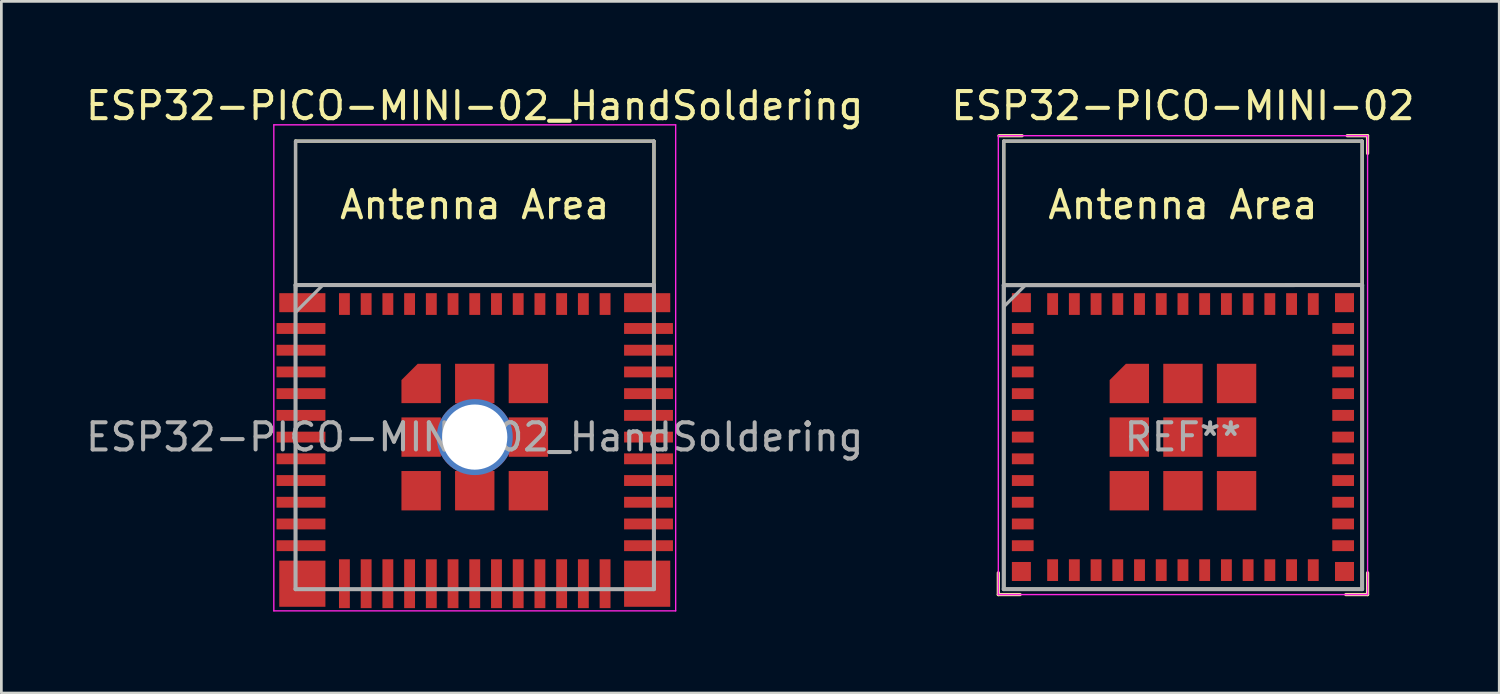
<source format=kicad_pcb>
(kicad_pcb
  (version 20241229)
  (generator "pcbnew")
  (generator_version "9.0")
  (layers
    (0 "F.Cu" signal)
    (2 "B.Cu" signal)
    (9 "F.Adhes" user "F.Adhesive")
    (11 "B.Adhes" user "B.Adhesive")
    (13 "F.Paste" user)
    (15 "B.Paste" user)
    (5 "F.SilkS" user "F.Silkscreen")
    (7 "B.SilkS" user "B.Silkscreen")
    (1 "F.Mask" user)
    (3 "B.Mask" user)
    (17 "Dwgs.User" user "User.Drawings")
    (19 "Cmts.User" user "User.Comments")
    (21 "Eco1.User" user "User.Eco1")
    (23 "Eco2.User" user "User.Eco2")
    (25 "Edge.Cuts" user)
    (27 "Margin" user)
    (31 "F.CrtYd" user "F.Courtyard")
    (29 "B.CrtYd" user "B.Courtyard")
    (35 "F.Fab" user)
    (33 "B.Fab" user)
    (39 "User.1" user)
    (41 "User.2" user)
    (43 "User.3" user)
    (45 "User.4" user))
  (footprint "ESP32-PICO-MINI-02_HandSoldering"
    (layer "F.Cu")
    (at 14.435 13.048)
    (property "Reference" "ESP32-PICO-MINI-02_HandSoldering" (at 0 -12.2 0) (layer "F.SilkS") (effects (font (size 1 1) (thickness 0.15))))
    (attr smd)
    (fp_line (start -6.6 -10.9) (end -6.6 -5.4) (stroke (width 0.12) (type solid)) (layer "F.SilkS"))
    (fp_line (start -6.6 -10.9) (end 6.6 -10.9) (stroke (width 0.12) (type solid)) (layer "F.SilkS"))
    (fp_line (start -6.6 -5.6) (end 6.6 -5.6) (stroke (width 0.12) (type solid)) (layer "F.SilkS"))
    (fp_line (start 6.6 -10.9) (end 6.6 -5.4) (stroke (width 0.12) (type solid)) (layer "F.SilkS"))
    (fp_line (start -7.4 -11.5) (end 7.4 -11.5) (stroke (width 0.05) (type solid)) (layer "F.CrtYd"))
    (fp_line (start -7.4 6.4) (end -7.4 -11.5) (stroke (width 0.05) (type solid)) (layer "F.CrtYd"))
    (fp_line (start 7.4 -11.5) (end 7.4 6.4) (stroke (width 0.05) (type solid)) (layer "F.CrtYd"))
    (fp_line (start 7.4 6.4) (end -7.4 6.4) (stroke (width 0.05) (type solid)) (layer "F.CrtYd"))
    (fp_line (start -6.6 -5.595) (end -6.6 5.6) (stroke (width 0.15) (type solid)) (layer "F.Fab"))
    (fp_line (start -6.6 -5.5) (end -6.6 -10.9) (stroke (width 0.12) (type solid)) (layer "F.Fab"))
    (fp_line (start -6.6 5.6) (end 6.6 5.6) (stroke (width 0.15) (type solid)) (layer "F.Fab"))
    (fp_line (start -5.6 -5.595) (end -6.6 -4.595) (stroke (width 0.12) (type solid)) (layer "F.Fab"))
    (fp_line (start 6.6 -10.9) (end -6.6 -10.9) (stroke (width 0.12) (type solid)) (layer "F.Fab"))
    (fp_line (start 6.6 -5.6) (end -6.6 -5.6) (stroke (width 0.15) (type solid)) (layer "F.Fab"))
    (fp_line (start 6.6 -5.5) (end 6.6 -10.9) (stroke (width 0.12) (type solid)) (layer "F.Fab"))
    (fp_line (start 6.6 5.6) (end 6.6 -5.595) (stroke (width 0.15) (type solid)) (layer "F.Fab"))
    (fp_text user "Antenna Area" (at 0 -8.55 0) (layer "F.SilkS") (effects (font (size 1 1) (thickness 0.15))))
    (fp_text user "${REFERENCE}" (at 0 0 0) (layer "F.Fab") (effects (font (size 1 1) (thickness 0.15))))
    (pad "1" smd rect (at -6.4 -4 90) (size 0.4 1.8) (layers "F.Cu" "F.Mask" "F.Paste"))
    (pad "2" smd rect (at -6.4 -3.2 90) (size 0.4 1.8) (layers "F.Cu" "F.Mask" "F.Paste"))
    (pad "3" smd rect (at -6.4 -2.4 90) (size 0.4 1.8) (layers "F.Cu" "F.Mask" "F.Paste"))
    (pad "4" smd rect (at -6.4 -1.6 90) (size 0.4 1.8) (layers "F.Cu" "F.Mask" "F.Paste"))
    (pad "5" smd rect (at -6.4 -0.8 90) (size 0.4 1.8) (layers "F.Cu" "F.Mask" "F.Paste"))
    (pad "6" smd rect (at -6.4 0 90) (size 0.4 1.8) (layers "F.Cu" "F.Mask" "F.Paste"))
    (pad "7" smd rect (at -6.4 0.8 90) (size 0.4 1.8) (layers "F.Cu" "F.Mask" "F.Paste"))
    (pad "8" smd rect (at -6.4 1.6 90) (size 0.4 1.8) (layers "F.Cu" "F.Mask" "F.Paste"))
    (pad "9" smd rect (at -6.4 2.4 90) (size 0.4 1.8) (layers "F.Cu" "F.Mask" "F.Paste"))
    (pad "10" smd rect (at -6.4 3.2 90) (size 0.4 1.8) (layers "F.Cu" "F.Mask" "F.Paste"))
    (pad "11" smd rect (at -6.4 4 90) (size 0.4 1.8) (layers "F.Cu" "F.Mask" "F.Paste"))
    (pad "12" smd rect (at -4.8 5.4) (size 0.4 1.8) (layers "F.Cu" "F.Mask" "F.Paste"))
    (pad "13" smd rect (at -4 5.4) (size 0.4 1.8) (layers "F.Cu" "F.Mask" "F.Paste"))
    (pad "14" smd rect (at -3.2 5.4) (size 0.4 1.8) (layers "F.Cu" "F.Mask" "F.Paste"))
    (pad "15" smd rect (at -2.4 5.4) (size 0.4 1.8) (layers "F.Cu" "F.Mask" "F.Paste"))
    (pad "16" smd rect (at -1.6 5.4) (size 0.4 1.8) (layers "F.Cu" "F.Mask" "F.Paste"))
    (pad "17" smd rect (at -0.8 5.4) (size 0.4 1.8) (layers "F.Cu" "F.Mask" "F.Paste"))
    (pad "18" smd rect (at 0 5.4) (size 0.4 1.8) (layers "F.Cu" "F.Mask" "F.Paste"))
    (pad "19" smd rect (at 0.8 5.4) (size 0.4 1.8) (layers "F.Cu" "F.Mask" "F.Paste"))
    (pad "20" smd rect (at 1.6 5.4) (size 0.4 1.8) (layers "F.Cu" "F.Mask" "F.Paste"))
    (pad "21" smd rect (at 2.4 5.4) (size 0.4 1.8) (layers "F.Cu" "F.Mask" "F.Paste"))
    (pad "22" smd rect (at 3.2 5.4) (size 0.4 1.8) (layers "F.Cu" "F.Mask" "F.Paste"))
    (pad "23" smd rect (at 4 5.4) (size 0.4 1.8) (layers "F.Cu" "F.Mask" "F.Paste"))
    (pad "24" smd rect (at 4.8 5.4) (size 0.4 1.8) (layers "F.Cu" "F.Mask" "F.Paste"))
    (pad "25" smd rect (at 6.4 4 90) (size 0.4 1.8) (layers "F.Cu" "F.Mask" "F.Paste"))
    (pad "26" smd rect (at 6.4 3.2 90) (size 0.4 1.8) (layers "F.Cu" "F.Mask" "F.Paste"))
    (pad "27" smd rect (at 6.4 2.4 90) (size 0.4 1.8) (layers "F.Cu" "F.Mask" "F.Paste"))
    (pad "28" smd rect (at 6.4 1.6 90) (size 0.4 1.8) (layers "F.Cu" "F.Mask" "F.Paste"))
    (pad "29" smd rect (at 6.4 0.8 90) (size 0.4 1.8) (layers "F.Cu" "F.Mask" "F.Paste"))
    (pad "30" smd rect (at 6.4 0 90) (size 0.4 1.8) (layers "F.Cu" "F.Mask" "F.Paste"))
    (pad "31" smd rect (at 6.4 -0.8 90) (size 0.4 1.8) (layers "F.Cu" "F.Mask" "F.Paste"))
    (pad "32" smd rect (at 6.4 -1.6 90) (size 0.4 1.8) (layers "F.Cu" "F.Mask" "F.Paste"))
    (pad "33" smd rect (at 6.4 -2.4 90) (size 0.4 1.8) (layers "F.Cu" "F.Mask" "F.Paste"))
    (pad "34" smd rect (at 6.4 -3.2 90) (size 0.4 1.8) (layers "F.Cu" "F.Mask" "F.Paste"))
    (pad "35" smd rect (at 6.4 -4 90) (size 0.4 1.8) (layers "F.Cu" "F.Mask" "F.Paste"))
    (pad "36" smd rect (at 4.8 -4.9) (size 0.4 0.8) (layers "F.Cu" "F.Mask" "F.Paste"))
    (pad "37" smd rect (at 4 -4.9) (size 0.4 0.8) (layers "F.Cu" "F.Mask" "F.Paste"))
    (pad "38" smd rect (at 3.2 -4.9) (size 0.4 0.8) (layers "F.Cu" "F.Mask" "F.Paste"))
    (pad "39" smd rect (at 2.4 -4.9) (size 0.4 0.8) (layers "F.Cu" "F.Mask" "F.Paste"))
    (pad "40" smd rect (at 1.6 -4.9) (size 0.4 0.8) (layers "F.Cu" "F.Mask" "F.Paste"))
    (pad "41" smd rect (at 0.8 -4.9) (size 0.4 0.8) (layers "F.Cu" "F.Mask" "F.Paste"))
    (pad "42" smd rect (at 0 -4.9) (size 0.4 0.8) (layers "F.Cu" "F.Mask" "F.Paste"))
    (pad "43" smd rect (at -0.8 -4.9) (size 0.4 0.8) (layers "F.Cu" "F.Mask" "F.Paste"))
    (pad "44" smd rect (at -1.6 -4.9) (size 0.4 0.8) (layers "F.Cu" "F.Mask" "F.Paste"))
    (pad "45" smd rect (at -2.4 -4.9) (size 0.4 0.8) (layers "F.Cu" "F.Mask" "F.Paste"))
    (pad "46" smd rect (at -3.2 -4.9) (size 0.4 0.8) (layers "F.Cu" "F.Mask" "F.Paste"))
    (pad "47" smd rect (at -4 -4.9) (size 0.4 0.8) (layers "F.Cu" "F.Mask" "F.Paste"))
    (pad "48" smd rect (at -4.8 -4.9) (size 0.4 0.8) (layers "F.Cu" "F.Mask" "F.Paste"))
    (pad "49" smd custom (at -1.975 -1.975) (size 0.8 0.8) (layers "F.Cu" "F.Mask" "F.Paste") (options (anchor rect)) (primitives (gr_poly (pts (xy 0.725 0.725) (xy -0.725 0.725) (xy -0.725 -0.125) (xy -0.125 -0.725) (xy 0.725 -0.725)) (width 0) (fill yes))))
    (pad "49" smd rect (at -1.975 0 90) (size 1.45 1.45) (layers "F.Cu" "F.Mask" "F.Paste"))
    (pad "49" smd rect (at -1.975 1.975 90) (size 1.45 1.45) (layers "F.Cu" "F.Mask" "F.Paste"))
    (pad "49" smd rect (at 0 -1.975 90) (size 1.45 1.45) (layers "F.Cu" "F.Mask" "F.Paste"))
    (pad "49" thru_hole circle (at 0 0 90) (size 2.8 2.8) (drill 2.4) (layers "*.Cu" "*.Mask"))
    (pad "49" smd rect (at 0 1.975 90) (size 1.45 1.45) (layers "F.Cu" "F.Mask" "F.Paste"))
    (pad "49" smd rect (at 1.975 -1.975 90) (size 1.45 1.45) (layers "F.Cu" "F.Mask" "F.Paste"))
    (pad "49" smd rect (at 1.975 0 90) (size 1.45 1.45) (layers "F.Cu" "F.Mask" "F.Paste"))
    (pad "49" smd rect (at 1.975 1.975 90) (size 1.45 1.45) (layers "F.Cu" "F.Mask" "F.Paste"))
    (pad "50" smd rect (at 6.35 -4.95 90) (size 0.7 1.7) (layers "F.Cu" "F.Mask" "F.Paste"))
    (pad "51" smd rect (at 6.35 5.4 90) (size 1.7 1.7) (layers "F.Cu" "F.Mask" "F.Paste"))
    (pad "52" smd rect (at -6.35 5.4 90) (size 1.7 1.7) (layers "F.Cu" "F.Mask" "F.Paste"))
    (pad "53" smd rect (at -6.35 -4.95 90) (size 0.7 1.7) (layers "F.Cu" "F.Mask" "F.Paste")))
  (footprint "ESP32-PICO-MINI-02"
    (layer "F.Cu")
    (at 40.518 13.048)
    (property "Reference" "ESP32-PICO-MINI-02" (at 0 -12.2 0) (layer "F.SilkS") (effects (font (size 1 1) (thickness 0.15))))
    (attr smd)
    (fp_line (start -6.8 5) (end -6.8 5.8) (stroke (width 0.12) (type solid)) (layer "F.SilkS"))
    (fp_line (start -6.8 5.8) (end -6 5.8) (stroke (width 0.12) (type solid)) (layer "F.SilkS"))
    (fp_line (start -6.6 -10.9) (end 6.6 -10.9) (stroke (width 0.12) (type solid)) (layer "F.SilkS"))
    (fp_line (start -6.6 -5.6) (end 6.6 -5.6) (stroke (width 0.12) (type solid)) (layer "F.SilkS"))
    (fp_line (start -6.6 5.6) (end -6.6 -10.9) (stroke (width 0.12) (type solid)) (layer "F.SilkS"))
    (fp_line (start -5.925 -11.1) (end -6.775 -11.1) (stroke (width 0.12) (type solid)) (layer "F.SilkS"))
    (fp_line (start 6.05 -11.1) (end 6.8 -11.1) (stroke (width 0.12) (type solid)) (layer "F.SilkS"))
    (fp_line (start 6.6 -10.9) (end 6.6 5.6) (stroke (width 0.12) (type solid)) (layer "F.SilkS"))
    (fp_line (start 6.6 5.6) (end -6.6 5.6) (stroke (width 0.12) (type solid)) (layer "F.SilkS"))
    (fp_line (start 6.8 -11.1) (end 6.8 -10.45) (stroke (width 0.12) (type solid)) (layer "F.SilkS"))
    (fp_line (start 6.8 5) (end 6.8 5.8) (stroke (width 0.12) (type solid)) (layer "F.SilkS"))
    (fp_line (start 6.8 5.8) (end 6 5.8) (stroke (width 0.12) (type solid)) (layer "F.SilkS"))
    (fp_line (start -6.8 -11.1) (end 6.8 -11.1) (stroke (width 0.05) (type solid)) (layer "F.CrtYd"))
    (fp_line (start -6.8 5.8) (end -6.8 -11.1) (stroke (width 0.05) (type solid)) (layer "F.CrtYd"))
    (fp_line (start 6.8 -11.1) (end 6.8 5.8) (stroke (width 0.05) (type solid)) (layer "F.CrtYd"))
    (fp_line (start 6.8 5.8) (end -6.8 5.8) (stroke (width 0.05) (type solid)) (layer "F.CrtYd"))
    (fp_line (start -6.6 -5.595) (end -6.6 5.6) (stroke (width 0.15) (type solid)) (layer "F.Fab"))
    (fp_line (start -6.6 -5.5) (end -6.6 -10.9) (stroke (width 0.12) (type solid)) (layer "F.Fab"))
    (fp_line (start -6.6 5.6) (end 6.6 5.6) (stroke (width 0.15) (type solid)) (layer "F.Fab"))
    (fp_line (start -5.8 -5.6) (end -6.6 -4.8) (stroke (width 0.12) (type solid)) (layer "F.Fab"))
    (fp_line (start 6.6 -10.9) (end -6.6 -10.9) (stroke (width 0.12) (type solid)) (layer "F.Fab"))
    (fp_line (start 6.6 -5.6) (end -6.6 -5.595) (stroke (width 0.15) (type solid)) (layer "F.Fab"))
    (fp_line (start 6.6 -5.5) (end 6.6 -10.9) (stroke (width 0.12) (type solid)) (layer "F.Fab"))
    (fp_line (start 6.6 5.6) (end 6.6 -5.595) (stroke (width 0.15) (type solid)) (layer "F.Fab"))
    (fp_text user "Antenna Area" (at 0 -8.55 0) (layer "F.SilkS") (effects (font (size 1 1) (thickness 0.15))))
    (fp_text user "REF**" (at 0 0 0) (layer "F.Fab") (effects (font (size 1 1) (thickness 0.15))))
    (pad "1" smd rect (at -5.9 -4 90) (size 0.4 0.8) (layers "F.Cu" "F.Mask" "F.Paste"))
    (pad "2" smd rect (at -5.9 -3.2 90) (size 0.4 0.8) (layers "F.Cu" "F.Mask" "F.Paste"))
    (pad "3" smd rect (at -5.9 -2.4 90) (size 0.4 0.8) (layers "F.Cu" "F.Mask" "F.Paste"))
    (pad "4" smd rect (at -5.9 -1.6 90) (size 0.4 0.8) (layers "F.Cu" "F.Mask" "F.Paste"))
    (pad "5" smd rect (at -5.9 -0.8 90) (size 0.4 0.8) (layers "F.Cu" "F.Mask" "F.Paste"))
    (pad "6" smd rect (at -5.9 0 90) (size 0.4 0.8) (layers "F.Cu" "F.Mask" "F.Paste"))
    (pad "7" smd rect (at -5.9 0.8 90) (size 0.4 0.8) (layers "F.Cu" "F.Mask" "F.Paste"))
    (pad "8" smd rect (at -5.9 1.6 90) (size 0.4 0.8) (layers "F.Cu" "F.Mask" "F.Paste"))
    (pad "9" smd rect (at -5.9 2.4 90) (size 0.4 0.8) (layers "F.Cu" "F.Mask" "F.Paste"))
    (pad "10" smd rect (at -5.9 3.2 90) (size 0.4 0.8) (layers "F.Cu" "F.Mask" "F.Paste"))
    (pad "11" smd rect (at -5.9 4 90) (size 0.4 0.8) (layers "F.Cu" "F.Mask" "F.Paste"))
    (pad "12" smd rect (at -4.8 4.9) (size 0.4 0.8) (layers "F.Cu" "F.Mask" "F.Paste"))
    (pad "13" smd rect (at -4 4.9) (size 0.4 0.8) (layers "F.Cu" "F.Mask" "F.Paste"))
    (pad "14" smd rect (at -3.2 4.9) (size 0.4 0.8) (layers "F.Cu" "F.Mask" "F.Paste"))
    (pad "15" smd rect (at -2.4 4.9) (size 0.4 0.8) (layers "F.Cu" "F.Mask" "F.Paste"))
    (pad "16" smd rect (at -1.6 4.9) (size 0.4 0.8) (layers "F.Cu" "F.Mask" "F.Paste"))
    (pad "17" smd rect (at -0.8 4.9) (size 0.4 0.8) (layers "F.Cu" "F.Mask" "F.Paste"))
    (pad "18" smd rect (at 0 4.9) (size 0.4 0.8) (layers "F.Cu" "F.Mask" "F.Paste"))
    (pad "19" smd rect (at 0.8 4.9) (size 0.4 0.8) (layers "F.Cu" "F.Mask" "F.Paste"))
    (pad "20" smd rect (at 1.6 4.9) (size 0.4 0.8) (layers "F.Cu" "F.Mask" "F.Paste"))
    (pad "21" smd rect (at 2.4 4.9) (size 0.4 0.8) (layers "F.Cu" "F.Mask" "F.Paste"))
    (pad "22" smd rect (at 3.2 4.9) (size 0.4 0.8) (layers "F.Cu" "F.Mask" "F.Paste"))
    (pad "23" smd rect (at 4 4.9) (size 0.4 0.8) (layers "F.Cu" "F.Mask" "F.Paste"))
    (pad "24" smd rect (at 4.8 4.9) (size 0.4 0.8) (layers "F.Cu" "F.Mask" "F.Paste"))
    (pad "25" smd rect (at 5.9 4 90) (size 0.4 0.8) (layers "F.Cu" "F.Mask" "F.Paste"))
    (pad "26" smd rect (at 5.9 3.2 90) (size 0.4 0.8) (layers "F.Cu" "F.Mask" "F.Paste"))
    (pad "27" smd rect (at 5.9 2.4 90) (size 0.4 0.8) (layers "F.Cu" "F.Mask" "F.Paste"))
    (pad "28" smd rect (at 5.9 1.6 90) (size 0.4 0.8) (layers "F.Cu" "F.Mask" "F.Paste"))
    (pad "29" smd rect (at 5.9 0.8 90) (size 0.4 0.8) (layers "F.Cu" "F.Mask" "F.Paste"))
    (pad "30" smd rect (at 5.9 0 90) (size 0.4 0.8) (layers "F.Cu" "F.Mask" "F.Paste"))
    (pad "31" smd rect (at 5.9 -0.8 90) (size 0.4 0.8) (layers "F.Cu" "F.Mask" "F.Paste"))
    (pad "32" smd rect (at 5.9 -1.6 90) (size 0.4 0.8) (layers "F.Cu" "F.Mask" "F.Paste"))
    (pad "33" smd rect (at 5.9 -2.4 90) (size 0.4 0.8) (layers "F.Cu" "F.Mask" "F.Paste"))
    (pad "34" smd rect (at 5.9 -3.2 90) (size 0.4 0.8) (layers "F.Cu" "F.Mask" "F.Paste"))
    (pad "35" smd rect (at 5.9 -4 90) (size 0.4 0.8) (layers "F.Cu" "F.Mask" "F.Paste"))
    (pad "36" smd rect (at -5.95 -4.95 90) (size 0.7 0.7) (layers "F.Cu" "F.Mask" "F.Paste"))
    (pad "36" smd rect (at -5.95 4.95 90) (size 0.7 0.7) (layers "F.Cu" "F.Mask" "F.Paste"))
    (pad "36" smd rect (at -4.8 -4.9) (size 0.4 0.8) (layers "F.Cu" "F.Mask" "F.Paste"))
    (pad "36" smd rect (at -4 -4.9) (size 0.4 0.8) (layers "F.Cu" "F.Mask" "F.Paste"))
    (pad "36" smd rect (at -3.2 -4.9) (size 0.4 0.8) (layers "F.Cu" "F.Mask" "F.Paste"))
    (pad "36" smd rect (at -2.4 -4.9) (size 0.4 0.8) (layers "F.Cu" "F.Mask" "F.Paste"))
    (pad "36" smd custom (at -1.975 -1.975) (size 0.8 0.8) (layers "F.Cu" "F.Mask" "F.Paste") (options (anchor rect)) (primitives (gr_poly (pts (xy 0.725 0.725) (xy -0.725 0.725) (xy -0.725 -0.125) (xy -0.125 -0.725) (xy 0.725 -0.725)) (width 0) (fill yes))))
    (pad "36" smd rect (at -1.975 0 90) (size 1.45 1.45) (layers "F.Cu" "F.Mask" "F.Paste"))
    (pad "36" smd rect (at -1.975 1.975 90) (size 1.45 1.45) (layers "F.Cu" "F.Mask" "F.Paste"))
    (pad "36" smd rect (at -1.6 -4.9) (size 0.4 0.8) (layers "F.Cu" "F.Mask" "F.Paste"))
    (pad "36" smd rect (at -0.8 -4.9) (size 0.4 0.8) (layers "F.Cu" "F.Mask" "F.Paste"))
    (pad "36" smd rect (at 0 -4.9) (size 0.4 0.8) (layers "F.Cu" "F.Mask" "F.Paste"))
    (pad "36" smd rect (at 0 -1.975 90) (size 1.45 1.45) (layers "F.Cu" "F.Mask" "F.Paste"))
    (pad "36" smd rect (at 0 0 90) (size 1.45 1.45) (layers "F.Cu" "F.Mask" "F.Paste"))
    (pad "36" smd rect (at 0 1.975 90) (size 1.45 1.45) (layers "F.Cu" "F.Mask" "F.Paste"))
    (pad "36" smd rect (at 0.8 -4.9) (size 0.4 0.8) (layers "F.Cu" "F.Mask" "F.Paste"))
    (pad "36" smd rect (at 1.6 -4.9) (size 0.4 0.8) (layers "F.Cu" "F.Mask" "F.Paste"))
    (pad "36" smd rect (at 1.975 -1.975 90) (size 1.45 1.45) (layers "F.Cu" "F.Mask" "F.Paste"))
    (pad "36" smd rect (at 1.975 0 90) (size 1.45 1.45) (layers "F.Cu" "F.Mask" "F.Paste"))
    (pad "36" smd rect (at 1.975 1.975 90) (size 1.45 1.45) (layers "F.Cu" "F.Mask" "F.Paste"))
    (pad "36" smd rect (at 2.4 -4.9) (size 0.4 0.8) (layers "F.Cu" "F.Mask" "F.Paste"))
    (pad "36" smd rect (at 3.2 -4.9) (size 0.4 0.8) (layers "F.Cu" "F.Mask" "F.Paste"))
    (pad "36" smd rect (at 4 -4.9) (size 0.4 0.8) (layers "F.Cu" "F.Mask" "F.Paste"))
    (pad "36" smd rect (at 4.8 -4.9) (size 0.4 0.8) (layers "F.Cu" "F.Mask" "F.Paste"))
    (pad "36" smd rect (at 5.95 -4.95 90) (size 0.7 0.7) (layers "F.Cu" "F.Mask" "F.Paste"))
    (pad "36" smd rect (at 5.95 4.95 90) (size 0.7 0.7) (layers "F.Cu" "F.Mask" "F.Paste")))
  (gr_rect
    (start -3 -3)
    (end 52.167 22.473)
    (stroke (width 0.1) (type default))
    (fill no)
    (layer "Edge.Cuts")))
</source>
